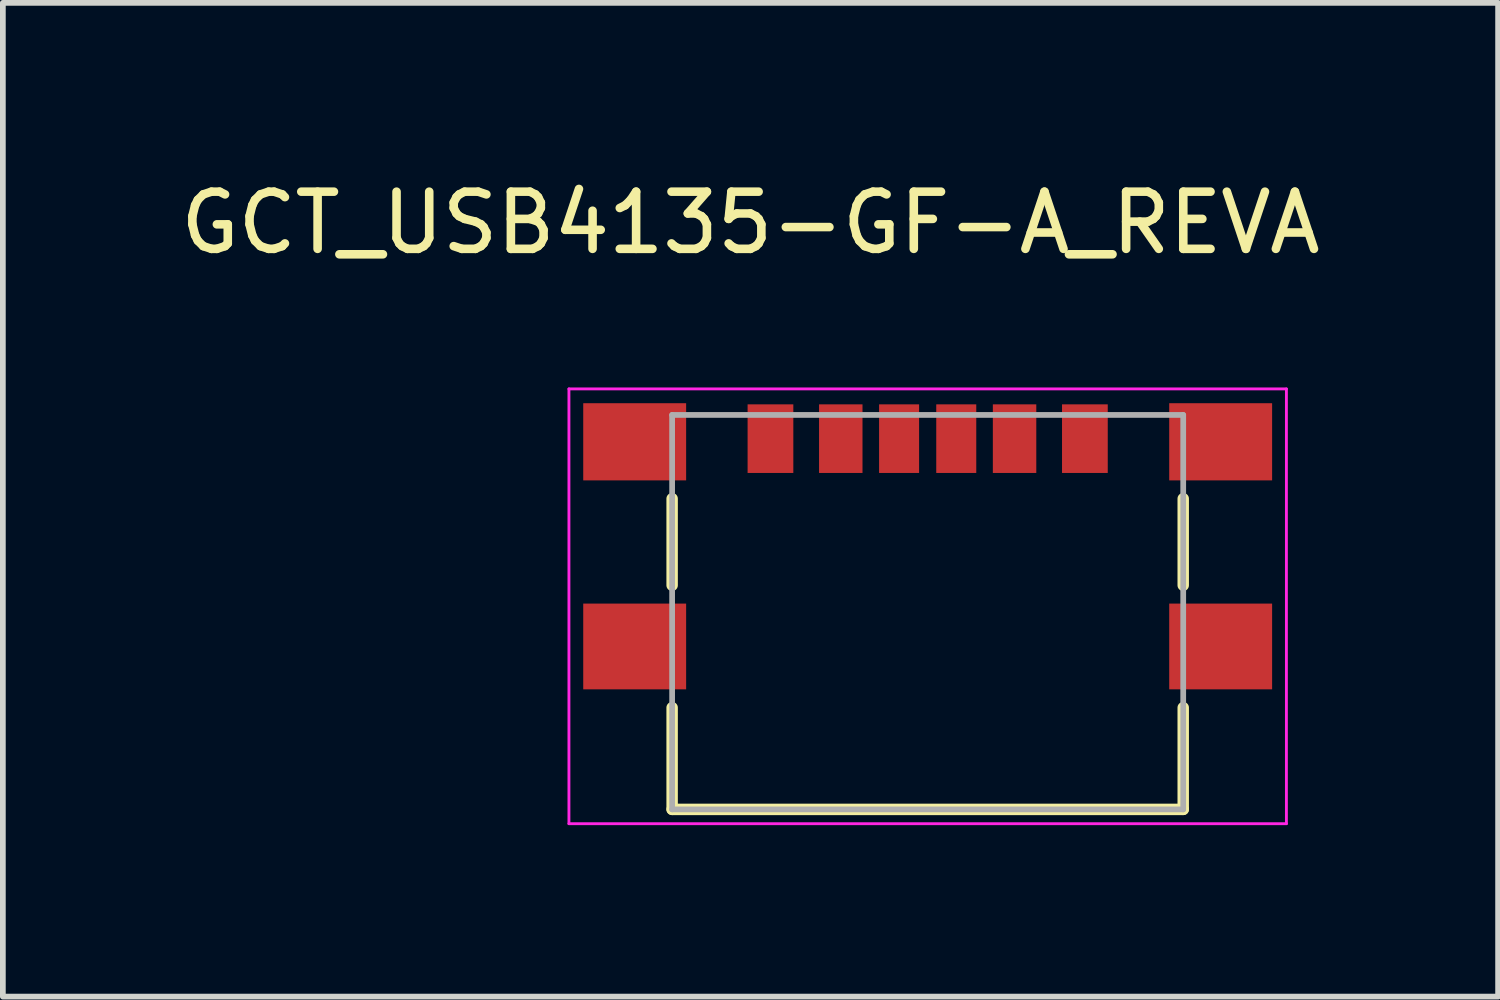
<source format=kicad_pcb>
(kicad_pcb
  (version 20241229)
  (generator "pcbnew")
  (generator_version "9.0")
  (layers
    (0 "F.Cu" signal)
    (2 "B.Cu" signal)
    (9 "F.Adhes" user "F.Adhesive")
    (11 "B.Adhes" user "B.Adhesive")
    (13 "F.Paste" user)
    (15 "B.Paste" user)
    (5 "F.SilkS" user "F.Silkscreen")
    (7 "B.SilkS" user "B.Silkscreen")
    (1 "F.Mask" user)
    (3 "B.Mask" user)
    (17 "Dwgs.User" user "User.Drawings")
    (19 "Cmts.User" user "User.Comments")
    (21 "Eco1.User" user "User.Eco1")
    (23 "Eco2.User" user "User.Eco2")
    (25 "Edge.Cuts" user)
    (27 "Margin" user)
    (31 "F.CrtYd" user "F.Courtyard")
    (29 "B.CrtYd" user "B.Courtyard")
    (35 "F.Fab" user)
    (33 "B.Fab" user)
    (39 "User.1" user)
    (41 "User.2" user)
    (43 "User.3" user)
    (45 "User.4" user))
  (footprint "GCT_USB4135-GF-A_REVA"
    (layer "F.Cu")
    (at 13.177 8.258)
    (property "Reference" "GCT_USB4135-GF-A_REVA" (at -3.1 -7.41 0) (layer "F.SilkS") (effects (font (size 1 1) (thickness 0.15))))
    (attr smd)
    (fp_line (start -4.47 -2.585) (end -4.47 -1.07) (stroke (width 0.2) (type solid)) (layer "F.SilkS"))
    (fp_line (start -4.47 2.85) (end -4.47 1.07) (stroke (width 0.2) (type solid)) (layer "F.SilkS"))
    (fp_line (start 4.47 -2.585) (end 4.47 -1.07) (stroke (width 0.2) (type solid)) (layer "F.SilkS"))
    (fp_line (start 4.47 2.85) (end -4.47 2.85) (stroke (width 0.2) (type solid)) (layer "F.SilkS"))
    (fp_line (start 4.47 2.85) (end 4.47 1.07) (stroke (width 0.2) (type solid)) (layer "F.SilkS"))
    (fp_line (start -6.275 -4.505) (end -6.275 3.1) (stroke (width 0.05) (type solid)) (layer "F.CrtYd"))
    (fp_line (start -6.275 3.1) (end 6.275 3.1) (stroke (width 0.05) (type solid)) (layer "F.CrtYd"))
    (fp_line (start 6.275 -4.505) (end -6.275 -4.505) (stroke (width 0.05) (type solid)) (layer "F.CrtYd"))
    (fp_line (start 6.275 3.1) (end 6.275 -4.505) (stroke (width 0.05) (type solid)) (layer "F.CrtYd"))
    (fp_line (start -4.47 -4.05) (end 4.47 -4.05) (stroke (width 0.1) (type solid)) (layer "F.Fab"))
    (fp_line (start -4.47 2.85) (end -4.47 -4.05) (stroke (width 0.1) (type solid)) (layer "F.Fab"))
    (fp_line (start 4.47 -4.05) (end 4.47 2.85) (stroke (width 0.1) (type solid)) (layer "F.Fab"))
    (fp_line (start 4.47 2.85) (end -4.47 2.85) (stroke (width 0.1) (type solid)) (layer "F.Fab"))
    (pad "A5" smd rect (at -0.5 -3.635) (size 0.7 1.2) (layers "F.Cu" "F.Mask" "F.Paste"))
    (pad "A9" smd rect (at 1.52 -3.635) (size 0.76 1.2) (layers "F.Cu" "F.Mask" "F.Paste"))
    (pad "A12" smd rect (at 2.75 -3.635) (size 0.8 1.2) (layers "F.Cu" "F.Mask" "F.Paste"))
    (pad "B5" smd rect (at 0.5 -3.635) (size 0.7 1.2) (layers "F.Cu" "F.Mask" "F.Paste"))
    (pad "B9" smd rect (at -1.52 -3.635) (size 0.76 1.2) (layers "F.Cu" "F.Mask" "F.Paste"))
    (pad "B12" smd rect (at -2.75 -3.635) (size 0.8 1.2) (layers "F.Cu" "F.Mask" "F.Paste"))
    (pad "S1" smd rect (at -5.125 -3.58) (size 1.8 1.35) (layers "F.Cu" "F.Mask" "F.Paste"))
    (pad "S2" smd rect (at -5.125 0) (size 1.8 1.5) (layers "F.Cu" "F.Mask" "F.Paste"))
    (pad "S3" smd rect (at 5.125 0) (size 1.8 1.5) (layers "F.Cu" "F.Mask" "F.Paste"))
    (pad "S4" smd rect (at 5.125 -3.58) (size 1.8 1.35) (layers "F.Cu" "F.Mask" "F.Paste")))
  (gr_rect
    (start -3 -3)
    (end 23.155 14.383)
    (stroke (width 0.1) (type default))
    (fill no)
    (layer "Edge.Cuts")))
</source>
